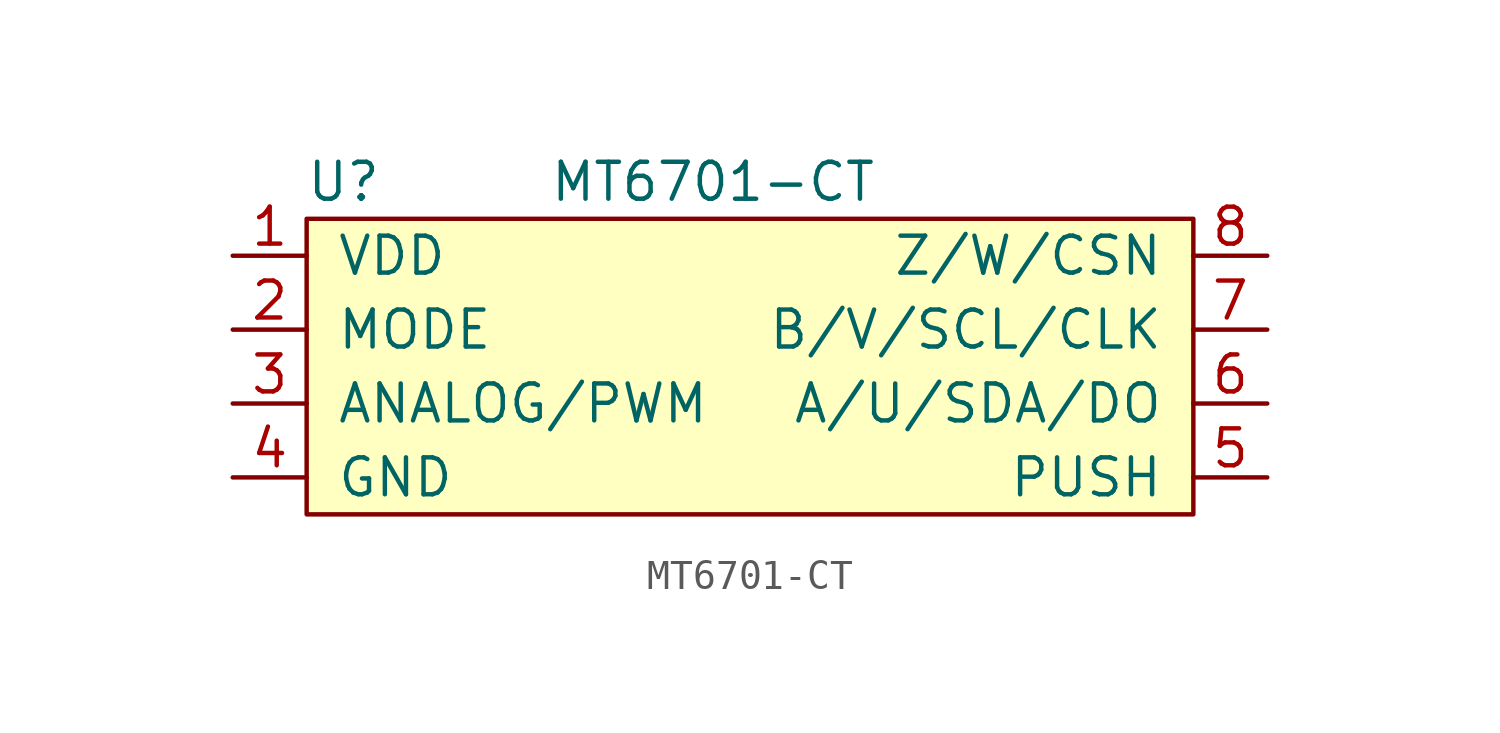
<source format=kicad_sym>
(kicad_symbol_lib
  (version 20211014)
  (generator kicad_symbol_editor)
  (symbol "MT6701-CT"
    (pin_names
      (offset 1.016))
    (property "Reference" "U"
      (at -12.7 6.35 0)
      (effects (font (size 1.27 1.27))))
    (property "Value" "MT6701-CT"
      (at 0 6.35 0)
      (effects (font (size 1.27 1.27))))
    (symbol "MT6701-CT_0_1"
      (rectangle (start -13.97 5.08) (end 16.51 -5.08) (stroke (width 0) (type default) (color 0 0 0 0)) (fill (type background))))
    (symbol "MT6701-CT_1_1"
      (pin power_in line (at -16.51 3.81 0) (length 2.54) (name "VDD" (effects (font (size 1.27 1.27)))) (number "1" (effects (font (size 1.27 1.27)))))
      (pin input line (at -16.51 1.27 0) (length 2.54) (name "MODE" (effects (font (size 1.27 1.27)))) (number "2" (effects (font (size 1.27 1.27)))))
      (pin output line (at -16.51 -1.27 0) (length 2.54) (name "ANALOG/PWM" (effects (font (size 1.27 1.27)))) (number "3" (effects (font (size 1.27 1.27)))))
      (pin power_in line (at -16.51 -3.81 0) (length 2.54) (name "GND" (effects (font (size 1.27 1.27)))) (number "4" (effects (font (size 1.27 1.27)))))
      (pin output line (at 19.05 -3.81 180) (length 2.54) (name "PUSH" (effects (font (size 1.27 1.27)))) (number "5" (effects (font (size 1.27 1.27)))))
      (pin bidirectional line (at 19.05 -1.27 180) (length 2.54) (name "A/U/SDA/DO" (effects (font (size 1.27 1.27)))) (number "6" (effects (font (size 1.27 1.27)))))
      (pin bidirectional line (at 19.05 1.27 180) (length 2.54) (name "B/V/SCL/CLK" (effects (font (size 1.27 1.27)))) (number "7" (effects (font (size 1.27 1.27)))))
      (pin bidirectional line (at 19.05 3.81 180) (length 2.54) (name "Z/W/CSN" (effects (font (size 1.27 1.27)))) (number "8" (effects (font (size 1.27 1.27))))))))
</source>
